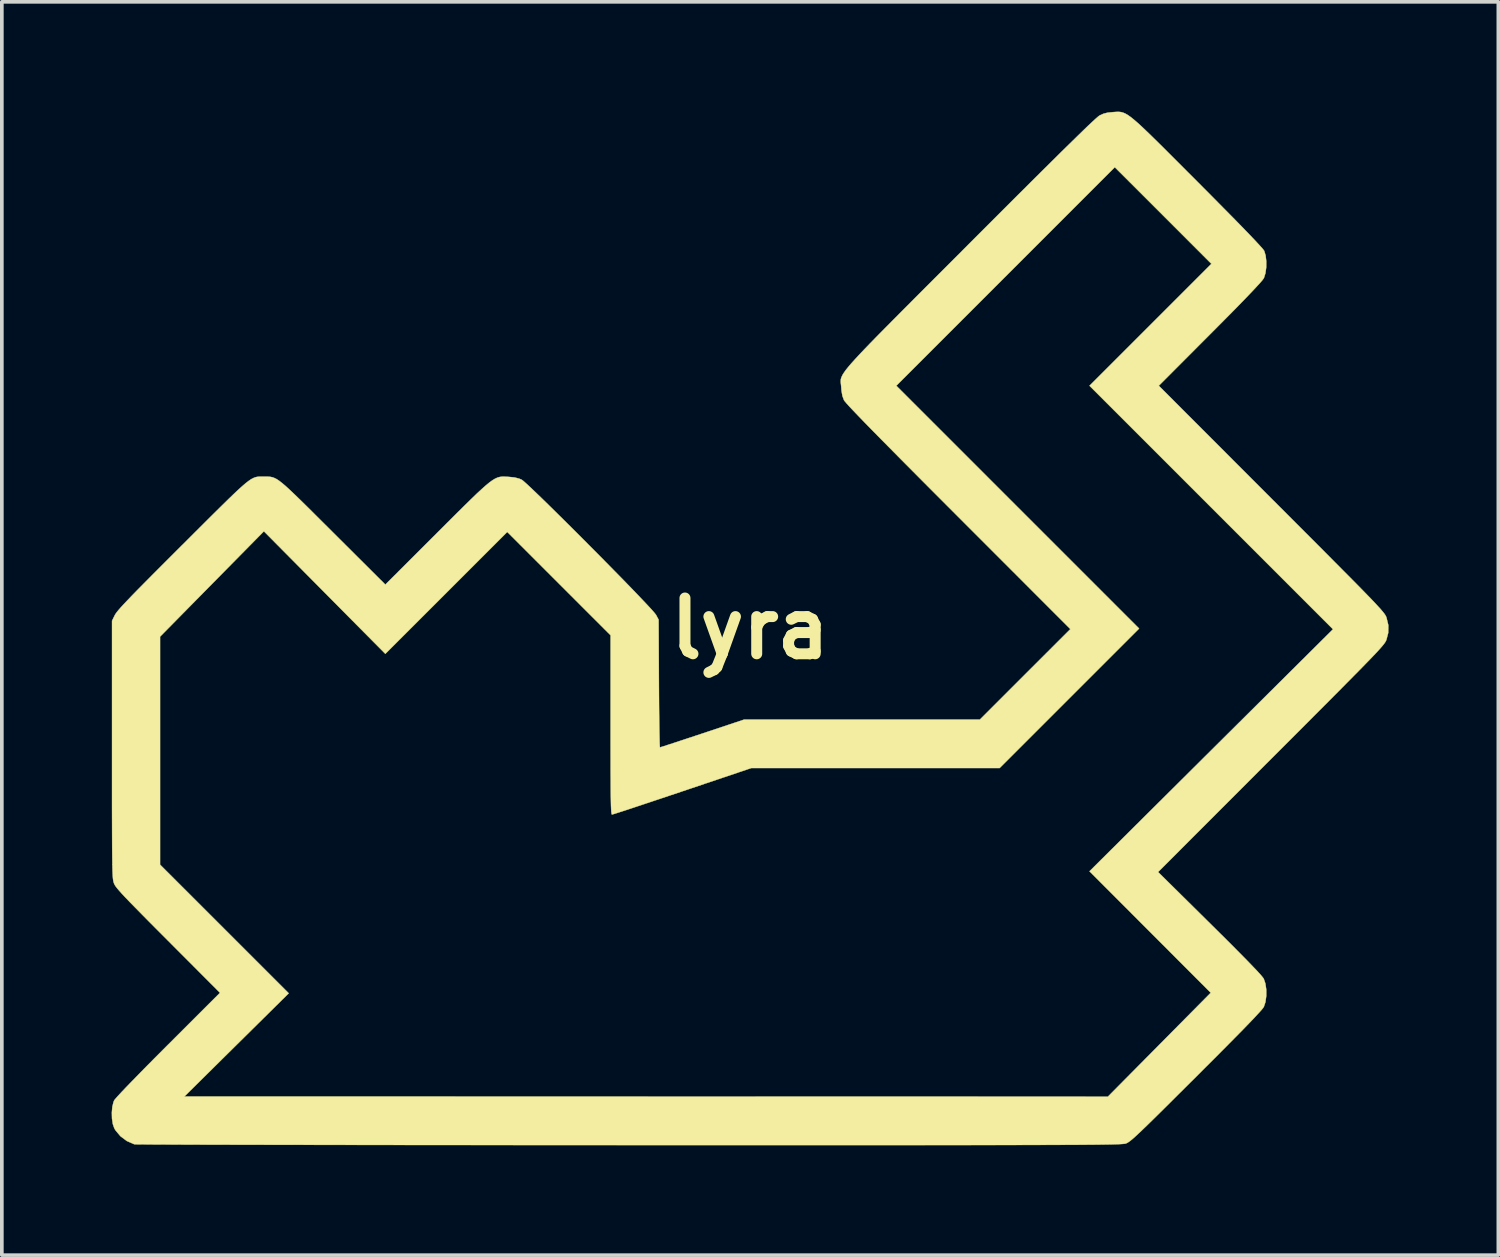
<source format=kicad_pcb>
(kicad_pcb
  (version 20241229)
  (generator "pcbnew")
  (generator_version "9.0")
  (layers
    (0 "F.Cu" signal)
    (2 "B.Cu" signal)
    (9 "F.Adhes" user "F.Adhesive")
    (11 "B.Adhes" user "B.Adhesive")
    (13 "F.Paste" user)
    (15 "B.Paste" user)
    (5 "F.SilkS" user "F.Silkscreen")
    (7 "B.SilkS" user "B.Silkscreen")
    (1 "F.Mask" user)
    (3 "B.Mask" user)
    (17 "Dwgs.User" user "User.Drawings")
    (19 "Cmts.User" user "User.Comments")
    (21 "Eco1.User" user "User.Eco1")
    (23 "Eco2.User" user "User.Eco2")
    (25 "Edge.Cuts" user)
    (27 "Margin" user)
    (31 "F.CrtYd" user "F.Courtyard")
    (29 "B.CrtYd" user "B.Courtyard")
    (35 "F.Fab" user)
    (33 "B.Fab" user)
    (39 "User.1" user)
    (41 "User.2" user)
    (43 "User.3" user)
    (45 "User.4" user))
  (footprint "lyra"
    (layer "F.Cu")
    (at 17.437 14.118)
    (property "Reference" "lyra" (at 0 0 0) (layer "F.SilkS") (effects (font (size 1.524 1.524) (thickness 0.3))))
    (attr through_hole)
    (fp_poly (pts (xy 10.084 -14.112) (xy 10.136 -14.106) (xy 10.19 -14.091) (xy 10.249 -14.066) (xy 10.314 -14.029) (xy 10.389 -13.976) (xy 10.477 -13.906) (xy 10.581 -13.817) (xy 10.703 -13.705) (xy 10.846 -13.569) (xy 11.013 -13.407) (xy 11.207 -13.216) (xy 11.43 -12.994) (xy 11.685 -12.739) (xy 11.976 -12.447) (xy 12.225 -12.198) (xy 12.588 -11.833) (xy 12.91 -11.507) (xy 13.193 -11.221) (xy 13.435 -10.973) (xy 13.637 -10.764) (xy 13.798 -10.595) (xy 13.919 -10.464) (xy 14 -10.373) (xy 14.04 -10.321) (xy 14.043 -10.315) (xy 14.081 -10.191) (xy 14.099 -10.035) (xy 14.098 -9.867) (xy 14.077 -9.709) (xy 14.037 -9.581) (xy 14.03 -9.567) (xy 13.994 -9.517) (xy 13.919 -9.43) (xy 13.804 -9.305) (xy 13.65 -9.142) (xy 13.456 -8.94) (xy 13.222 -8.7) (xy 12.947 -8.422) (xy 12.632 -8.105) (xy 12.563 -8.036) (xy 11.163 -6.632) (xy 14.242 -3.549) (xy 14.653 -3.138) (xy 15.025 -2.765) (xy 15.362 -2.428) (xy 15.664 -2.125) (xy 15.933 -1.854) (xy 16.172 -1.613) (xy 16.383 -1.401) (xy 16.567 -1.215) (xy 16.726 -1.053) (xy 16.862 -0.913) (xy 16.977 -0.794) (xy 17.073 -0.693) (xy 17.151 -0.608) (xy 17.215 -0.539) (xy 17.264 -0.481) (xy 17.302 -0.435) (xy 17.331 -0.397) (xy 17.352 -0.365) (xy 17.366 -0.339) (xy 17.377 -0.315) (xy 17.382 -0.302) (xy 17.433 -0.091) (xy 17.43 0.117) (xy 17.382 0.302) (xy 17.373 0.325) (xy 17.361 0.35) (xy 17.344 0.378) (xy 17.32 0.412) (xy 17.287 0.454) (xy 17.244 0.505) (xy 17.189 0.567) (xy 17.12 0.643) (xy 17.034 0.734) (xy 16.93 0.843) (xy 16.806 0.97) (xy 16.661 1.119) (xy 16.491 1.291) (xy 16.296 1.488) (xy 16.074 1.713) (xy 15.822 1.966) (xy 15.539 2.25) (xy 15.223 2.567) (xy 14.872 2.919) (xy 14.484 3.307) (xy 14.233 3.558) (xy 11.144 6.65) (xy 12.555 8.045) (xy 12.868 8.355) (xy 13.141 8.627) (xy 13.375 8.863) (xy 13.572 9.063) (xy 13.732 9.229) (xy 13.858 9.361) (xy 13.949 9.462) (xy 14.007 9.532) (xy 14.031 9.567) (xy 14.076 9.699) (xy 14.099 9.862) (xy 14.099 10.035) (xy 14.077 10.199) (xy 14.034 10.329) (xy 14.009 10.367) (xy 13.957 10.43) (xy 13.876 10.519) (xy 13.767 10.637) (xy 13.626 10.784) (xy 13.454 10.962) (xy 13.247 11.172) (xy 13.005 11.417) (xy 12.727 11.697) (xy 12.41 12.013) (xy 12.186 12.238) (xy 11.875 12.547) (xy 11.602 12.819) (xy 11.364 13.056) (xy 11.157 13.261) (xy 10.98 13.435) (xy 10.83 13.582) (xy 10.704 13.703) (xy 10.599 13.802) (xy 10.514 13.881) (xy 10.445 13.942) (xy 10.39 13.987) (xy 10.345 14.02) (xy 10.31 14.043) (xy 10.28 14.058) (xy 10.261 14.065) (xy 10.247 14.069) (xy 10.227 14.072) (xy 10.199 14.075) (xy 10.161 14.078) (xy 10.113 14.081) (xy 10.052 14.084) (xy 9.977 14.086) (xy 9.887 14.089) (xy 9.78 14.091) (xy 9.655 14.093) (xy 9.509 14.095) (xy 9.343 14.097) (xy 9.154 14.098) (xy 8.94 14.1) (xy 8.7 14.101) (xy 8.434 14.102) (xy 8.138 14.103) (xy 7.812 14.104) (xy 7.455 14.105) (xy 7.064 14.106) (xy 6.638 14.107) (xy 6.176 14.107) (xy 5.677 14.108) (xy 5.138 14.108) (xy 4.558 14.109) (xy 3.937 14.109) (xy 3.271 14.109) (xy 2.56 14.109) (xy 1.803 14.109) (xy 0.998 14.109) (xy 0.142 14.109) (xy -0.764 14.109) (xy -1.723 14.109) (xy -2.736 14.109) (xy -3.314 14.109) (xy -4.183 14.108) (xy -5.037 14.108) (xy -5.876 14.108) (xy -6.697 14.107) (xy -7.499 14.107) (xy -8.28 14.106) (xy -9.039 14.106) (xy -9.773 14.105) (xy -10.48 14.104) (xy -11.16 14.103) (xy -11.81 14.102) (xy -12.429 14.101) (xy -13.014 14.1) (xy -13.565 14.099) (xy -14.078 14.098) (xy -14.554 14.097) (xy -14.989 14.096) (xy -15.382 14.095) (xy -15.732 14.093) (xy -16.036 14.092) (xy -16.293 14.091) (xy -16.502 14.089) (xy -16.659 14.088) (xy -16.765 14.087) (xy -16.816 14.085) (xy -16.82 14.085) (xy -17.023 13.996) (xy -17.197 13.866) (xy -17.333 13.703) (xy -17.365 13.649) (xy -17.405 13.534) (xy -17.428 13.385) (xy -17.432 13.222) (xy -17.419 13.065) (xy -17.387 12.933) (xy -17.366 12.883) (xy -17.335 12.845) (xy -17.268 12.769) (xy -17.168 12.661) (xy -17.037 12.523) (xy -16.878 12.359) (xy -16.696 12.173) (xy -16.494 11.966) (xy -16.274 11.744) (xy -16.04 11.509) (xy -15.891 11.36) (xy -14.478 9.949) (xy -15.9 8.523) (xy -16.176 8.246) (xy -16.416 8.005) (xy -16.62 7.798) (xy -16.793 7.622) (xy -16.937 7.475) (xy -17.055 7.352) (xy -17.15 7.251) (xy -17.223 7.169) (xy -17.279 7.104) (xy -17.32 7.052) (xy -17.348 7.01) (xy -17.366 6.976) (xy -17.374 6.957) (xy -17.382 6.934) (xy -17.389 6.908) (xy -17.395 6.876) (xy -17.401 6.834) (xy -17.406 6.779) (xy -17.41 6.709) (xy -17.414 6.621) (xy -17.417 6.511) (xy -17.419 6.376) (xy -17.421 6.213) (xy -17.423 6.02) (xy -17.424 5.793) (xy -17.425 5.529) (xy -17.426 5.226) (xy -17.427 4.879) (xy -17.427 4.487) (xy -17.427 4.045) (xy -17.427 3.552) (xy -17.427 3.302) (xy -17.427 0.221) (xy -16.115 0.221) (xy -16.115 6.449) (xy -14.358 8.205) (xy -12.601 9.962) (xy -14.027 11.372) (xy -15.452 12.782) (xy -2.839 12.783) (xy 9.774 12.785) (xy 11.178 11.367) (xy 12.583 9.948) (xy 10.927 8.289) (xy 9.271 6.63) (xy 12.596 3.324) (xy 15.922 0.019) (xy 12.596 -3.307) (xy 9.271 -6.632) (xy 10.936 -8.297) (xy 12.601 -9.962) (xy 11.282 -11.282) (xy 9.962 -12.601) (xy 3.994 -6.632) (xy 7.31 -3.316) (xy 10.626 -0.000034) (xy 6.816 3.81) (xy 0.034 3.81) (xy -1.849 4.445) (xy -2.163 4.55) (xy -2.461 4.65) (xy -2.739 4.743) (xy -2.994 4.828) (xy -3.22 4.903) (xy -3.413 4.967) (xy -3.569 5.017) (xy -3.684 5.054) (xy -3.753 5.075) (xy -3.772 5.08) (xy -3.778 5.073) (xy -3.784 5.048) (xy -3.79 5.004) (xy -3.794 4.936) (xy -3.798 4.842) (xy -3.801 4.718) (xy -3.804 4.56) (xy -3.806 4.367) (xy -3.807 4.134) (xy -3.809 3.858) (xy -3.809 3.536) (xy -3.81 3.165) (xy -3.81 2.742) (xy -3.81 2.632) (xy -3.81 0.183) (xy -5.221 -1.228) (xy -6.632 -2.639) (xy -8.297 -0.974) (xy -9.962 0.69) (xy -13.279 -2.657) (xy -14.697 -1.218) (xy -16.115 0.221) (xy -17.427 0.221) (xy -17.427 -0.212) (xy -17.351 -0.367) (xy -17.331 -0.4) (xy -17.3 -0.444) (xy -17.255 -0.499) (xy -17.194 -0.57) (xy -17.114 -0.657) (xy -17.013 -0.764) (xy -16.889 -0.894) (xy -16.739 -1.048) (xy -16.56 -1.229) (xy -16.351 -1.44) (xy -16.11 -1.682) (xy -15.832 -1.96) (xy -15.518 -2.274) (xy -15.502 -2.289) (xy -15.188 -2.603) (xy -14.911 -2.879) (xy -14.668 -3.121) (xy -14.457 -3.329) (xy -14.275 -3.508) (xy -14.12 -3.658) (xy -13.987 -3.784) (xy -13.875 -3.885) (xy -13.78 -3.967) (xy -13.7 -4.029) (xy -13.632 -4.076) (xy -13.573 -4.108) (xy -13.52 -4.13) (xy -13.471 -4.142) (xy -13.423 -4.148) (xy -13.372 -4.149) (xy -13.317 -4.149) (xy -13.279 -4.149) (xy -13.212 -4.149) (xy -13.154 -4.148) (xy -13.099 -4.143) (xy -13.046 -4.132) (xy -12.991 -4.112) (xy -12.93 -4.081) (xy -12.861 -4.035) (xy -12.78 -3.972) (xy -12.683 -3.89) (xy -12.569 -3.785) (xy -12.433 -3.656) (xy -12.272 -3.5) (xy -12.083 -3.314) (xy -11.863 -3.095) (xy -11.608 -2.841) (xy -11.395 -2.629) (xy -9.962 -1.201) (xy -8.558 -2.603) (xy -8.272 -2.889) (xy -8.023 -3.137) (xy -7.807 -3.351) (xy -7.621 -3.533) (xy -7.463 -3.686) (xy -7.328 -3.811) (xy -7.214 -3.912) (xy -7.118 -3.991) (xy -7.035 -4.051) (xy -6.963 -4.094) (xy -6.899 -4.123) (xy -6.839 -4.14) (xy -6.781 -4.148) (xy -6.72 -4.149) (xy -6.653 -4.146) (xy -6.594 -4.143) (xy -6.433 -4.127) (xy -6.31 -4.096) (xy -6.239 -4.066) (xy -6.196 -4.034) (xy -6.118 -3.965) (xy -6.008 -3.863) (xy -5.869 -3.731) (xy -5.705 -3.573) (xy -5.52 -3.393) (xy -5.317 -3.193) (xy -5.1 -2.979) (xy -4.872 -2.752) (xy -4.637 -2.518) (xy -4.399 -2.278) (xy -4.16 -2.038) (xy -3.926 -1.801) (xy -3.699 -1.57) (xy -3.482 -1.349) (xy -3.28 -1.141) (xy -3.096 -0.95) (xy -2.934 -0.78) (xy -2.796 -0.634) (xy -2.688 -0.517) (xy -2.612 -0.43) (xy -2.572 -0.379) (xy -2.568 -0.373) (xy -2.498 -0.241) (xy -2.49 1.502) (xy -2.488 1.81) (xy -2.486 2.101) (xy -2.483 2.369) (xy -2.48 2.61) (xy -2.477 2.82) (xy -2.473 2.993) (xy -2.47 3.125) (xy -2.466 3.211) (xy -2.462 3.245) (xy -2.461 3.246) (xy -2.431 3.237) (xy -2.353 3.212) (xy -2.232 3.173) (xy -2.075 3.122) (xy -1.887 3.06) (xy -1.673 2.989) (xy -1.439 2.912) (xy -1.298 2.865) (xy -0.156 2.484) (xy 6.279 2.484) (xy 7.514 1.249) (xy 8.749 0.015) (xy 5.689 -3.048) (xy 5.238 -3.5) (xy 4.826 -3.913) (xy 4.452 -4.289) (xy 4.115 -4.628) (xy 3.815 -4.932) (xy 3.549 -5.201) (xy 3.317 -5.437) (xy 3.119 -5.64) (xy 2.953 -5.812) (xy 2.817 -5.954) (xy 2.712 -6.066) (xy 2.635 -6.151) (xy 2.587 -6.208) (xy 2.566 -6.237) (xy 2.522 -6.354) (xy 2.497 -6.5) (xy 2.49 -6.591) (xy 2.486 -6.64) (xy 2.481 -6.683) (xy 2.477 -6.722) (xy 2.476 -6.76) (xy 2.478 -6.798) (xy 2.487 -6.839) (xy 2.504 -6.883) (xy 2.529 -6.934) (xy 2.566 -6.992) (xy 2.615 -7.061) (xy 2.679 -7.141) (xy 2.758 -7.234) (xy 2.856 -7.343) (xy 2.973 -7.47) (xy 3.111 -7.616) (xy 3.272 -7.783) (xy 3.457 -7.973) (xy 3.669 -8.188) (xy 3.909 -8.43) (xy 4.178 -8.701) (xy 4.478 -9.002) (xy 4.812 -9.337) (xy 5.18 -9.705) (xy 5.585 -10.11) (xy 6.006 -10.532) (xy 6.474 -11) (xy 6.903 -11.429) (xy 7.295 -11.821) (xy 7.651 -12.176) (xy 7.972 -12.495) (xy 8.26 -12.78) (xy 8.515 -13.033) (xy 8.74 -13.253) (xy 8.934 -13.443) (xy 9.099 -13.604) (xy 9.237 -13.737) (xy 9.349 -13.842) (xy 9.436 -13.922) (xy 9.499 -13.977) (xy 9.539 -14.009) (xy 9.55 -14.015) (xy 9.655 -14.063) (xy 9.766 -14.091) (xy 9.908 -14.105) (xy 9.972 -14.11) (xy 10.03 -14.113) (xy 10.084 -14.112)) (stroke (width 0.01) (type solid)) (fill yes) (layer "F.SilkS")))
  (gr_rect
    (start -3 -3)
    (end 37.875 31.232)
    (stroke (width 0.1) (type default))
    (fill no)
    (layer "Edge.Cuts")))
</source>
